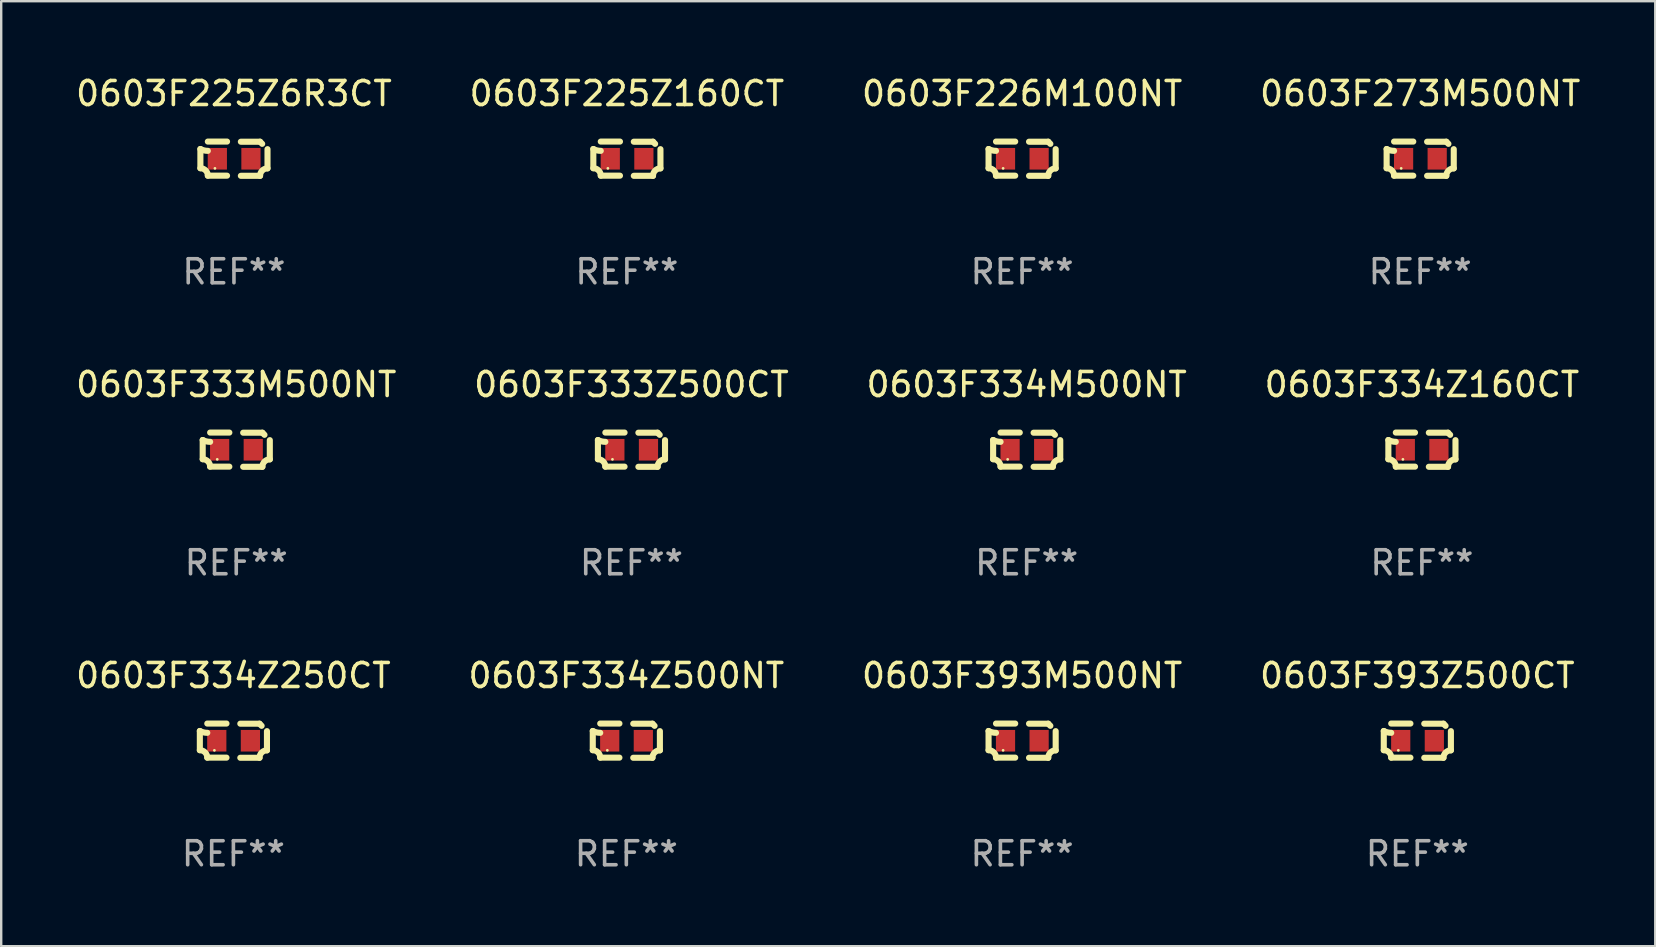
<source format=kicad_pcb>
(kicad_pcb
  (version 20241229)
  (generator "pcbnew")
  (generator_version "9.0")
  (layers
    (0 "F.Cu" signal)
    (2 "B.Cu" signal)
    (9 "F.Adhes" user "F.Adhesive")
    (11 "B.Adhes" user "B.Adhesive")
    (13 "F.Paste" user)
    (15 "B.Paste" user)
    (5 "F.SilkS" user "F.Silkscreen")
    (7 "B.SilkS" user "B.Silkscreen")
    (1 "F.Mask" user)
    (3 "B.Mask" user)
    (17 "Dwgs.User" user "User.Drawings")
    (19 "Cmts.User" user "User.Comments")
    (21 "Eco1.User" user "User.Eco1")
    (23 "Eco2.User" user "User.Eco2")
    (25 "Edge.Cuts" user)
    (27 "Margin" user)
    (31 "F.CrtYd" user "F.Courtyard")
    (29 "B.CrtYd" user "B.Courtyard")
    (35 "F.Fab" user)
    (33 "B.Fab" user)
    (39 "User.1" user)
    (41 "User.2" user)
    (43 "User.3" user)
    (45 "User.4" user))
  (footprint "0603F393M500NT"
    (layer "F.Cu")
    (at 39.53 27.805)
    (property "Reference" "0603F393M500NT" (at 0 -2.713 0) (layer "F.SilkS") (effects (font (size 1 1) (thickness 0.15))))
    (attr through_hole)
    (fp_line (start -1.398 -0.403) (end -1.398 0.397) (stroke (width 0.254) (type solid)) (layer "F.SilkS"))
    (fp_line (start -0.288 -0.713) (end -1.088 -0.713) (stroke (width 0.254) (type solid)) (layer "F.SilkS"))
    (fp_line (start -0.288 0.707) (end -1.088 0.707) (stroke (width 0.254) (type solid)) (layer "F.SilkS"))
    (fp_line (start 0.288 -0.707) (end 1.088 -0.707) (stroke (width 0.254) (type solid)) (layer "F.SilkS"))
    (fp_line (start 0.288 0.713) (end 1.088 0.713) (stroke (width 0.254) (type solid)) (layer "F.SilkS"))
    (fp_line (start 1.398 -0.397) (end 1.398 0.403) (stroke (width 0.254) (type solid)) (layer "F.SilkS"))
    (fp_arc (start -1.397789 0.397066) (mid -1.178701 0.487826) (end -1.08796 0.706922) (stroke (width 0.254001) (type solid)) (layer "F.SilkS"))
    (fp_arc (start -1.08796 -0.327176) (mid -1.247436 -0.346384) (end -1.39779 -0.402908) (stroke (width 0.254001) (type solid)) (layer "F.SilkS"))
    (fp_arc (start 1.087909 0.712738) (mid 1.178656 0.493655) (end 1.397739 0.402908) (stroke (width 0.254001) (type solid)) (layer "F.SilkS"))
    (fp_arc (start 1.175925 -0.618926) (mid 1.131917 -0.662923) (end 1.08791 -0.706922) (stroke (width 0.254001) (type solid)) (layer "F.SilkS"))
    (fp_circle (center -0.792 0.403) (end -0.762 0.403) (stroke (width 0.06) (type solid)) (fill no) (layer "F.SilkS"))
    (fp_text user "REF**" (at 0 4.713 0) (layer "F.Fab") (effects (font (size 1 1) (thickness 0.15))))
    (pad "1" smd rect (at -0.692 0.003) (size 0.8 0.9) (layers "F.Cu" "F.Mask" "F.Paste"))
    (pad "2" smd rect (at 0.708 0.003) (size 0.8 0.9) (layers "F.Cu" "F.Mask" "F.Paste")))
  (footprint "0603F225Z6R3CT"
    (layer "F.Cu")
    (at 6.696 3.561)
    (property "Reference" "0603F225Z6R3CT" (at 0 -2.713 0) (layer "F.SilkS") (effects (font (size 1 1) (thickness 0.15))))
    (attr through_hole)
    (fp_line (start -1.398 -0.403) (end -1.398 0.397) (stroke (width 0.254) (type solid)) (layer "F.SilkS"))
    (fp_line (start -0.288 -0.713) (end -1.088 -0.713) (stroke (width 0.254) (type solid)) (layer "F.SilkS"))
    (fp_line (start -0.288 0.707) (end -1.088 0.707) (stroke (width 0.254) (type solid)) (layer "F.SilkS"))
    (fp_line (start 0.288 -0.707) (end 1.088 -0.707) (stroke (width 0.254) (type solid)) (layer "F.SilkS"))
    (fp_line (start 0.288 0.713) (end 1.088 0.713) (stroke (width 0.254) (type solid)) (layer "F.SilkS"))
    (fp_line (start 1.398 -0.397) (end 1.398 0.403) (stroke (width 0.254) (type solid)) (layer "F.SilkS"))
    (fp_arc (start -1.397789 0.397066) (mid -1.178701 0.487826) (end -1.08796 0.706922) (stroke (width 0.254001) (type solid)) (layer "F.SilkS"))
    (fp_arc (start -1.08796 -0.327176) (mid -1.247436 -0.346384) (end -1.39779 -0.402908) (stroke (width 0.254001) (type solid)) (layer "F.SilkS"))
    (fp_arc (start 1.087909 0.712738) (mid 1.178656 0.493655) (end 1.397739 0.402908) (stroke (width 0.254001) (type solid)) (layer "F.SilkS"))
    (fp_arc (start 1.175925 -0.618926) (mid 1.131917 -0.662923) (end 1.08791 -0.706922) (stroke (width 0.254001) (type solid)) (layer "F.SilkS"))
    (fp_circle (center -0.792 0.403) (end -0.762 0.403) (stroke (width 0.06) (type solid)) (fill no) (layer "F.SilkS"))
    (fp_text user "REF**" (at 0 4.713 0) (layer "F.Fab") (effects (font (size 1 1) (thickness 0.15))))
    (pad "1" smd rect (at -0.692 0.003) (size 0.8 0.9) (layers "F.Cu" "F.Mask" "F.Paste"))
    (pad "2" smd rect (at 0.708 0.003) (size 0.8 0.9) (layers "F.Cu" "F.Mask" "F.Paste")))
  (footprint "0603F333M500NT"
    (layer "F.Cu")
    (at 6.792 15.683)
    (property "Reference" "0603F333M500NT" (at 0 -2.713 0) (layer "F.SilkS") (effects (font (size 1 1) (thickness 0.15))))
    (attr through_hole)
    (fp_line (start -1.398 -0.403) (end -1.398 0.397) (stroke (width 0.254) (type solid)) (layer "F.SilkS"))
    (fp_line (start -0.288 -0.713) (end -1.088 -0.713) (stroke (width 0.254) (type solid)) (layer "F.SilkS"))
    (fp_line (start -0.288 0.707) (end -1.088 0.707) (stroke (width 0.254) (type solid)) (layer "F.SilkS"))
    (fp_line (start 0.288 -0.707) (end 1.088 -0.707) (stroke (width 0.254) (type solid)) (layer "F.SilkS"))
    (fp_line (start 0.288 0.713) (end 1.088 0.713) (stroke (width 0.254) (type solid)) (layer "F.SilkS"))
    (fp_line (start 1.398 -0.397) (end 1.398 0.403) (stroke (width 0.254) (type solid)) (layer "F.SilkS"))
    (fp_arc (start -1.397789 0.397066) (mid -1.178701 0.487826) (end -1.08796 0.706922) (stroke (width 0.254001) (type solid)) (layer "F.SilkS"))
    (fp_arc (start -1.08796 -0.327176) (mid -1.247436 -0.346384) (end -1.39779 -0.402908) (stroke (width 0.254001) (type solid)) (layer "F.SilkS"))
    (fp_arc (start 1.087909 0.712738) (mid 1.178656 0.493655) (end 1.397739 0.402908) (stroke (width 0.254001) (type solid)) (layer "F.SilkS"))
    (fp_arc (start 1.175925 -0.618926) (mid 1.131917 -0.662923) (end 1.08791 -0.706922) (stroke (width 0.254001) (type solid)) (layer "F.SilkS"))
    (fp_circle (center -0.792 0.403) (end -0.762 0.403) (stroke (width 0.06) (type solid)) (fill no) (layer "F.SilkS"))
    (fp_text user "REF**" (at 0 4.713 0) (layer "F.Fab") (effects (font (size 1 1) (thickness 0.15))))
    (pad "1" smd rect (at -0.692 0.003) (size 0.8 0.9) (layers "F.Cu" "F.Mask" "F.Paste"))
    (pad "2" smd rect (at 0.708 0.003) (size 0.8 0.9) (layers "F.Cu" "F.Mask" "F.Paste")))
  (footprint "0603F225Z160CT"
    (layer "F.Cu")
    (at 23.065 3.561)
    (property "Reference" "0603F225Z160CT" (at 0 -2.713 0) (layer "F.SilkS") (effects (font (size 1 1) (thickness 0.15))))
    (attr through_hole)
    (fp_line (start -1.398 -0.403) (end -1.398 0.397) (stroke (width 0.254) (type solid)) (layer "F.SilkS"))
    (fp_line (start -0.288 -0.713) (end -1.088 -0.713) (stroke (width 0.254) (type solid)) (layer "F.SilkS"))
    (fp_line (start -0.288 0.707) (end -1.088 0.707) (stroke (width 0.254) (type solid)) (layer "F.SilkS"))
    (fp_line (start 0.288 -0.707) (end 1.088 -0.707) (stroke (width 0.254) (type solid)) (layer "F.SilkS"))
    (fp_line (start 0.288 0.713) (end 1.088 0.713) (stroke (width 0.254) (type solid)) (layer "F.SilkS"))
    (fp_line (start 1.398 -0.397) (end 1.398 0.403) (stroke (width 0.254) (type solid)) (layer "F.SilkS"))
    (fp_arc (start -1.397789 0.397066) (mid -1.178701 0.487826) (end -1.08796 0.706922) (stroke (width 0.254001) (type solid)) (layer "F.SilkS"))
    (fp_arc (start -1.08796 -0.327176) (mid -1.247436 -0.346384) (end -1.39779 -0.402908) (stroke (width 0.254001) (type solid)) (layer "F.SilkS"))
    (fp_arc (start 1.087909 0.712738) (mid 1.178656 0.493655) (end 1.397739 0.402908) (stroke (width 0.254001) (type solid)) (layer "F.SilkS"))
    (fp_arc (start 1.175925 -0.618926) (mid 1.131917 -0.662923) (end 1.08791 -0.706922) (stroke (width 0.254001) (type solid)) (layer "F.SilkS"))
    (fp_circle (center -0.792 0.403) (end -0.762 0.403) (stroke (width 0.06) (type solid)) (fill no) (layer "F.SilkS"))
    (fp_text user "REF**" (at 0 4.713 0) (layer "F.Fab") (effects (font (size 1 1) (thickness 0.15))))
    (pad "1" smd rect (at -0.692 0.003) (size 0.8 0.9) (layers "F.Cu" "F.Mask" "F.Paste"))
    (pad "2" smd rect (at 0.708 0.003) (size 0.8 0.9) (layers "F.Cu" "F.Mask" "F.Paste")))
  (footprint "0603F273M500NT"
    (layer "F.Cu")
    (at 56.113 3.561)
    (property "Reference" "0603F273M500NT" (at 0 -2.713 0) (layer "F.SilkS") (effects (font (size 1 1) (thickness 0.15))))
    (attr through_hole)
    (fp_line (start -1.398 -0.403) (end -1.398 0.397) (stroke (width 0.254) (type solid)) (layer "F.SilkS"))
    (fp_line (start -0.288 -0.713) (end -1.088 -0.713) (stroke (width 0.254) (type solid)) (layer "F.SilkS"))
    (fp_line (start -0.288 0.707) (end -1.088 0.707) (stroke (width 0.254) (type solid)) (layer "F.SilkS"))
    (fp_line (start 0.288 -0.707) (end 1.088 -0.707) (stroke (width 0.254) (type solid)) (layer "F.SilkS"))
    (fp_line (start 0.288 0.713) (end 1.088 0.713) (stroke (width 0.254) (type solid)) (layer "F.SilkS"))
    (fp_line (start 1.398 -0.397) (end 1.398 0.403) (stroke (width 0.254) (type solid)) (layer "F.SilkS"))
    (fp_arc (start -1.397789 0.397066) (mid -1.178701 0.487826) (end -1.08796 0.706922) (stroke (width 0.254001) (type solid)) (layer "F.SilkS"))
    (fp_arc (start -1.08796 -0.327176) (mid -1.247436 -0.346384) (end -1.39779 -0.402908) (stroke (width 0.254001) (type solid)) (layer "F.SilkS"))
    (fp_arc (start 1.087909 0.712738) (mid 1.178656 0.493655) (end 1.397739 0.402908) (stroke (width 0.254001) (type solid)) (layer "F.SilkS"))
    (fp_arc (start 1.175925 -0.618926) (mid 1.131917 -0.662923) (end 1.08791 -0.706922) (stroke (width 0.254001) (type solid)) (layer "F.SilkS"))
    (fp_circle (center -0.792 0.403) (end -0.762 0.403) (stroke (width 0.06) (type solid)) (fill no) (layer "F.SilkS"))
    (fp_text user "REF**" (at 0 4.713 0) (layer "F.Fab") (effects (font (size 1 1) (thickness 0.15))))
    (pad "1" smd rect (at -0.692 0.003) (size 0.8 0.9) (layers "F.Cu" "F.Mask" "F.Paste"))
    (pad "2" smd rect (at 0.708 0.003) (size 0.8 0.9) (layers "F.Cu" "F.Mask" "F.Paste")))
  (footprint "0603F226M100NT"
    (layer "F.Cu")
    (at 39.53 3.561)
    (property "Reference" "0603F226M100NT" (at 0 -2.713 0) (layer "F.SilkS") (effects (font (size 1 1) (thickness 0.15))))
    (attr through_hole)
    (fp_line (start -1.398 -0.403) (end -1.398 0.397) (stroke (width 0.254) (type solid)) (layer "F.SilkS"))
    (fp_line (start -0.288 -0.713) (end -1.088 -0.713) (stroke (width 0.254) (type solid)) (layer "F.SilkS"))
    (fp_line (start -0.288 0.707) (end -1.088 0.707) (stroke (width 0.254) (type solid)) (layer "F.SilkS"))
    (fp_line (start 0.288 -0.707) (end 1.088 -0.707) (stroke (width 0.254) (type solid)) (layer "F.SilkS"))
    (fp_line (start 0.288 0.713) (end 1.088 0.713) (stroke (width 0.254) (type solid)) (layer "F.SilkS"))
    (fp_line (start 1.398 -0.397) (end 1.398 0.403) (stroke (width 0.254) (type solid)) (layer "F.SilkS"))
    (fp_arc (start -1.397789 0.397066) (mid -1.178701 0.487826) (end -1.08796 0.706922) (stroke (width 0.254001) (type solid)) (layer "F.SilkS"))
    (fp_arc (start -1.08796 -0.327176) (mid -1.247436 -0.346384) (end -1.39779 -0.402908) (stroke (width 0.254001) (type solid)) (layer "F.SilkS"))
    (fp_arc (start 1.087909 0.712738) (mid 1.178656 0.493655) (end 1.397739 0.402908) (stroke (width 0.254001) (type solid)) (layer "F.SilkS"))
    (fp_arc (start 1.175925 -0.618926) (mid 1.131917 -0.662923) (end 1.08791 -0.706922) (stroke (width 0.254001) (type solid)) (layer "F.SilkS"))
    (fp_circle (center -0.792 0.403) (end -0.762 0.403) (stroke (width 0.06) (type solid)) (fill no) (layer "F.SilkS"))
    (fp_text user "REF**" (at 0 4.713 0) (layer "F.Fab") (effects (font (size 1 1) (thickness 0.15))))
    (pad "1" smd rect (at -0.692 0.003) (size 0.8 0.9) (layers "F.Cu" "F.Mask" "F.Paste"))
    (pad "2" smd rect (at 0.708 0.003) (size 0.8 0.9) (layers "F.Cu" "F.Mask" "F.Paste")))
  (footprint "0603F334Z160CT"
    (layer "F.Cu")
    (at 56.185 15.683)
    (property "Reference" "0603F334Z160CT" (at 0 -2.713 0) (layer "F.SilkS") (effects (font (size 1 1) (thickness 0.15))))
    (attr through_hole)
    (fp_line (start -1.398 -0.403) (end -1.398 0.397) (stroke (width 0.254) (type solid)) (layer "F.SilkS"))
    (fp_line (start -0.288 -0.713) (end -1.088 -0.713) (stroke (width 0.254) (type solid)) (layer "F.SilkS"))
    (fp_line (start -0.288 0.707) (end -1.088 0.707) (stroke (width 0.254) (type solid)) (layer "F.SilkS"))
    (fp_line (start 0.288 -0.707) (end 1.088 -0.707) (stroke (width 0.254) (type solid)) (layer "F.SilkS"))
    (fp_line (start 0.288 0.713) (end 1.088 0.713) (stroke (width 0.254) (type solid)) (layer "F.SilkS"))
    (fp_line (start 1.398 -0.397) (end 1.398 0.403) (stroke (width 0.254) (type solid)) (layer "F.SilkS"))
    (fp_arc (start -1.397789 0.397066) (mid -1.178701 0.487826) (end -1.08796 0.706922) (stroke (width 0.254001) (type solid)) (layer "F.SilkS"))
    (fp_arc (start -1.08796 -0.327176) (mid -1.247436 -0.346384) (end -1.39779 -0.402908) (stroke (width 0.254001) (type solid)) (layer "F.SilkS"))
    (fp_arc (start 1.087909 0.712738) (mid 1.178656 0.493655) (end 1.397739 0.402908) (stroke (width 0.254001) (type solid)) (layer "F.SilkS"))
    (fp_arc (start 1.175925 -0.618926) (mid 1.131917 -0.662923) (end 1.08791 -0.706922) (stroke (width 0.254001) (type solid)) (layer "F.SilkS"))
    (fp_circle (center -0.792 0.403) (end -0.762 0.403) (stroke (width 0.06) (type solid)) (fill no) (layer "F.SilkS"))
    (fp_text user "REF**" (at 0 4.713 0) (layer "F.Fab") (effects (font (size 1 1) (thickness 0.15))))
    (pad "1" smd rect (at -0.692 0.003) (size 0.8 0.9) (layers "F.Cu" "F.Mask" "F.Paste"))
    (pad "2" smd rect (at 0.708 0.003) (size 0.8 0.9) (layers "F.Cu" "F.Mask" "F.Paste")))
  (footprint "0603F333Z500CT"
    (layer "F.Cu")
    (at 23.256 15.683)
    (property "Reference" "0603F333Z500CT" (at 0 -2.713 0) (layer "F.SilkS") (effects (font (size 1 1) (thickness 0.15))))
    (attr through_hole)
    (fp_line (start -1.398 -0.403) (end -1.398 0.397) (stroke (width 0.254) (type solid)) (layer "F.SilkS"))
    (fp_line (start -0.288 -0.713) (end -1.088 -0.713) (stroke (width 0.254) (type solid)) (layer "F.SilkS"))
    (fp_line (start -0.288 0.707) (end -1.088 0.707) (stroke (width 0.254) (type solid)) (layer "F.SilkS"))
    (fp_line (start 0.288 -0.707) (end 1.088 -0.707) (stroke (width 0.254) (type solid)) (layer "F.SilkS"))
    (fp_line (start 0.288 0.713) (end 1.088 0.713) (stroke (width 0.254) (type solid)) (layer "F.SilkS"))
    (fp_line (start 1.398 -0.397) (end 1.398 0.403) (stroke (width 0.254) (type solid)) (layer "F.SilkS"))
    (fp_arc (start -1.397789 0.397066) (mid -1.178701 0.487826) (end -1.08796 0.706922) (stroke (width 0.254001) (type solid)) (layer "F.SilkS"))
    (fp_arc (start -1.08796 -0.327176) (mid -1.247436 -0.346384) (end -1.39779 -0.402908) (stroke (width 0.254001) (type solid)) (layer "F.SilkS"))
    (fp_arc (start 1.087909 0.712738) (mid 1.178656 0.493655) (end 1.397739 0.402908) (stroke (width 0.254001) (type solid)) (layer "F.SilkS"))
    (fp_arc (start 1.175925 -0.618926) (mid 1.131917 -0.662923) (end 1.08791 -0.706922) (stroke (width 0.254001) (type solid)) (layer "F.SilkS"))
    (fp_circle (center -0.792 0.403) (end -0.762 0.403) (stroke (width 0.06) (type solid)) (fill no) (layer "F.SilkS"))
    (fp_text user "REF**" (at 0 4.713 0) (layer "F.Fab") (effects (font (size 1 1) (thickness 0.15))))
    (pad "1" smd rect (at -0.692 0.003) (size 0.8 0.9) (layers "F.Cu" "F.Mask" "F.Paste"))
    (pad "2" smd rect (at 0.708 0.003) (size 0.8 0.9) (layers "F.Cu" "F.Mask" "F.Paste")))
  (footprint "0603F334M500NT"
    (layer "F.Cu")
    (at 39.72 15.683)
    (property "Reference" "0603F334M500NT" (at 0 -2.713 0) (layer "F.SilkS") (effects (font (size 1 1) (thickness 0.15))))
    (attr through_hole)
    (fp_line (start -1.398 -0.403) (end -1.398 0.397) (stroke (width 0.254) (type solid)) (layer "F.SilkS"))
    (fp_line (start -0.288 -0.713) (end -1.088 -0.713) (stroke (width 0.254) (type solid)) (layer "F.SilkS"))
    (fp_line (start -0.288 0.707) (end -1.088 0.707) (stroke (width 0.254) (type solid)) (layer "F.SilkS"))
    (fp_line (start 0.288 -0.707) (end 1.088 -0.707) (stroke (width 0.254) (type solid)) (layer "F.SilkS"))
    (fp_line (start 0.288 0.713) (end 1.088 0.713) (stroke (width 0.254) (type solid)) (layer "F.SilkS"))
    (fp_line (start 1.398 -0.397) (end 1.398 0.403) (stroke (width 0.254) (type solid)) (layer "F.SilkS"))
    (fp_arc (start -1.397789 0.397066) (mid -1.178701 0.487826) (end -1.08796 0.706922) (stroke (width 0.254001) (type solid)) (layer "F.SilkS"))
    (fp_arc (start -1.08796 -0.327176) (mid -1.247436 -0.346384) (end -1.39779 -0.402908) (stroke (width 0.254001) (type solid)) (layer "F.SilkS"))
    (fp_arc (start 1.087909 0.712738) (mid 1.178656 0.493655) (end 1.397739 0.402908) (stroke (width 0.254001) (type solid)) (layer "F.SilkS"))
    (fp_arc (start 1.175925 -0.618926) (mid 1.131917 -0.662923) (end 1.08791 -0.706922) (stroke (width 0.254001) (type solid)) (layer "F.SilkS"))
    (fp_circle (center -0.792 0.403) (end -0.762 0.403) (stroke (width 0.06) (type solid)) (fill no) (layer "F.SilkS"))
    (fp_text user "REF**" (at 0 4.713 0) (layer "F.Fab") (effects (font (size 1 1) (thickness 0.15))))
    (pad "1" smd rect (at -0.692 0.003) (size 0.8 0.9) (layers "F.Cu" "F.Mask" "F.Paste"))
    (pad "2" smd rect (at 0.708 0.003) (size 0.8 0.9) (layers "F.Cu" "F.Mask" "F.Paste")))
  (footprint "0603F334Z250CT"
    (layer "F.Cu")
    (at 6.673 27.805)
    (property "Reference" "0603F334Z250CT" (at 0 -2.713 0) (layer "F.SilkS") (effects (font (size 1 1) (thickness 0.15))))
    (attr through_hole)
    (fp_line (start -1.398 -0.403) (end -1.398 0.397) (stroke (width 0.254) (type solid)) (layer "F.SilkS"))
    (fp_line (start -0.288 -0.713) (end -1.088 -0.713) (stroke (width 0.254) (type solid)) (layer "F.SilkS"))
    (fp_line (start -0.288 0.707) (end -1.088 0.707) (stroke (width 0.254) (type solid)) (layer "F.SilkS"))
    (fp_line (start 0.288 -0.707) (end 1.088 -0.707) (stroke (width 0.254) (type solid)) (layer "F.SilkS"))
    (fp_line (start 0.288 0.713) (end 1.088 0.713) (stroke (width 0.254) (type solid)) (layer "F.SilkS"))
    (fp_line (start 1.398 -0.397) (end 1.398 0.403) (stroke (width 0.254) (type solid)) (layer "F.SilkS"))
    (fp_arc (start -1.397789 0.397066) (mid -1.178701 0.487826) (end -1.08796 0.706922) (stroke (width 0.254001) (type solid)) (layer "F.SilkS"))
    (fp_arc (start -1.08796 -0.327176) (mid -1.247436 -0.346384) (end -1.39779 -0.402908) (stroke (width 0.254001) (type solid)) (layer "F.SilkS"))
    (fp_arc (start 1.087909 0.712738) (mid 1.178656 0.493655) (end 1.397739 0.402908) (stroke (width 0.254001) (type solid)) (layer "F.SilkS"))
    (fp_arc (start 1.175925 -0.618926) (mid 1.131917 -0.662923) (end 1.08791 -0.706922) (stroke (width 0.254001) (type solid)) (layer "F.SilkS"))
    (fp_circle (center -0.792 0.403) (end -0.762 0.403) (stroke (width 0.06) (type solid)) (fill no) (layer "F.SilkS"))
    (fp_text user "REF**" (at 0 4.713 0) (layer "F.Fab") (effects (font (size 1 1) (thickness 0.15))))
    (pad "1" smd rect (at -0.692 0.003) (size 0.8 0.9) (layers "F.Cu" "F.Mask" "F.Paste"))
    (pad "2" smd rect (at 0.708 0.003) (size 0.8 0.9) (layers "F.Cu" "F.Mask" "F.Paste")))
  (footprint "0603F334Z500NT"
    (layer "F.Cu")
    (at 23.042 27.805)
    (property "Reference" "0603F334Z500NT" (at 0 -2.713 0) (layer "F.SilkS") (effects (font (size 1 1) (thickness 0.15))))
    (attr through_hole)
    (fp_line (start -1.398 -0.403) (end -1.398 0.397) (stroke (width 0.254) (type solid)) (layer "F.SilkS"))
    (fp_line (start -0.288 -0.713) (end -1.088 -0.713) (stroke (width 0.254) (type solid)) (layer "F.SilkS"))
    (fp_line (start -0.288 0.707) (end -1.088 0.707) (stroke (width 0.254) (type solid)) (layer "F.SilkS"))
    (fp_line (start 0.288 -0.707) (end 1.088 -0.707) (stroke (width 0.254) (type solid)) (layer "F.SilkS"))
    (fp_line (start 0.288 0.713) (end 1.088 0.713) (stroke (width 0.254) (type solid)) (layer "F.SilkS"))
    (fp_line (start 1.398 -0.397) (end 1.398 0.403) (stroke (width 0.254) (type solid)) (layer "F.SilkS"))
    (fp_arc (start -1.397789 0.397066) (mid -1.178701 0.487826) (end -1.08796 0.706922) (stroke (width 0.254001) (type solid)) (layer "F.SilkS"))
    (fp_arc (start -1.08796 -0.327176) (mid -1.247436 -0.346384) (end -1.39779 -0.402908) (stroke (width 0.254001) (type solid)) (layer "F.SilkS"))
    (fp_arc (start 1.087909 0.712738) (mid 1.178656 0.493655) (end 1.397739 0.402908) (stroke (width 0.254001) (type solid)) (layer "F.SilkS"))
    (fp_arc (start 1.175925 -0.618926) (mid 1.131917 -0.662923) (end 1.08791 -0.706922) (stroke (width 0.254001) (type solid)) (layer "F.SilkS"))
    (fp_circle (center -0.792 0.403) (end -0.762 0.403) (stroke (width 0.06) (type solid)) (fill no) (layer "F.SilkS"))
    (fp_text user "REF**" (at 0 4.713 0) (layer "F.Fab") (effects (font (size 1 1) (thickness 0.15))))
    (pad "1" smd rect (at -0.692 0.003) (size 0.8 0.9) (layers "F.Cu" "F.Mask" "F.Paste"))
    (pad "2" smd rect (at 0.708 0.003) (size 0.8 0.9) (layers "F.Cu" "F.Mask" "F.Paste")))
  (footprint "0603F393Z500CT"
    (layer "F.Cu")
    (at 55.994 27.805)
    (property "Reference" "0603F393Z500CT" (at 0 -2.713 0) (layer "F.SilkS") (effects (font (size 1 1) (thickness 0.15))))
    (attr through_hole)
    (fp_line (start -1.398 -0.403) (end -1.398 0.397) (stroke (width 0.254) (type solid)) (layer "F.SilkS"))
    (fp_line (start -0.288 -0.713) (end -1.088 -0.713) (stroke (width 0.254) (type solid)) (layer "F.SilkS"))
    (fp_line (start -0.288 0.707) (end -1.088 0.707) (stroke (width 0.254) (type solid)) (layer "F.SilkS"))
    (fp_line (start 0.288 -0.707) (end 1.088 -0.707) (stroke (width 0.254) (type solid)) (layer "F.SilkS"))
    (fp_line (start 0.288 0.713) (end 1.088 0.713) (stroke (width 0.254) (type solid)) (layer "F.SilkS"))
    (fp_line (start 1.398 -0.397) (end 1.398 0.403) (stroke (width 0.254) (type solid)) (layer "F.SilkS"))
    (fp_arc (start -1.397789 0.397066) (mid -1.178701 0.487826) (end -1.08796 0.706922) (stroke (width 0.254001) (type solid)) (layer "F.SilkS"))
    (fp_arc (start -1.08796 -0.327176) (mid -1.247436 -0.346384) (end -1.39779 -0.402908) (stroke (width 0.254001) (type solid)) (layer "F.SilkS"))
    (fp_arc (start 1.087909 0.712738) (mid 1.178656 0.493655) (end 1.397739 0.402908) (stroke (width 0.254001) (type solid)) (layer "F.SilkS"))
    (fp_arc (start 1.175925 -0.618926) (mid 1.131917 -0.662923) (end 1.08791 -0.706922) (stroke (width 0.254001) (type solid)) (layer "F.SilkS"))
    (fp_circle (center -0.792 0.403) (end -0.762 0.403) (stroke (width 0.06) (type solid)) (fill no) (layer "F.SilkS"))
    (fp_text user "REF**" (at 0 4.713 0) (layer "F.Fab") (effects (font (size 1 1) (thickness 0.15))))
    (pad "1" smd rect (at -0.692 0.003) (size 0.8 0.9) (layers "F.Cu" "F.Mask" "F.Paste"))
    (pad "2" smd rect (at 0.708 0.003) (size 0.8 0.9) (layers "F.Cu" "F.Mask" "F.Paste")))
  (gr_rect
    (start -3 -3)
    (end 65.905 36.366)
    (stroke (width 0.1) (type default))
    (fill no)
    (layer "Edge.Cuts")))
</source>
